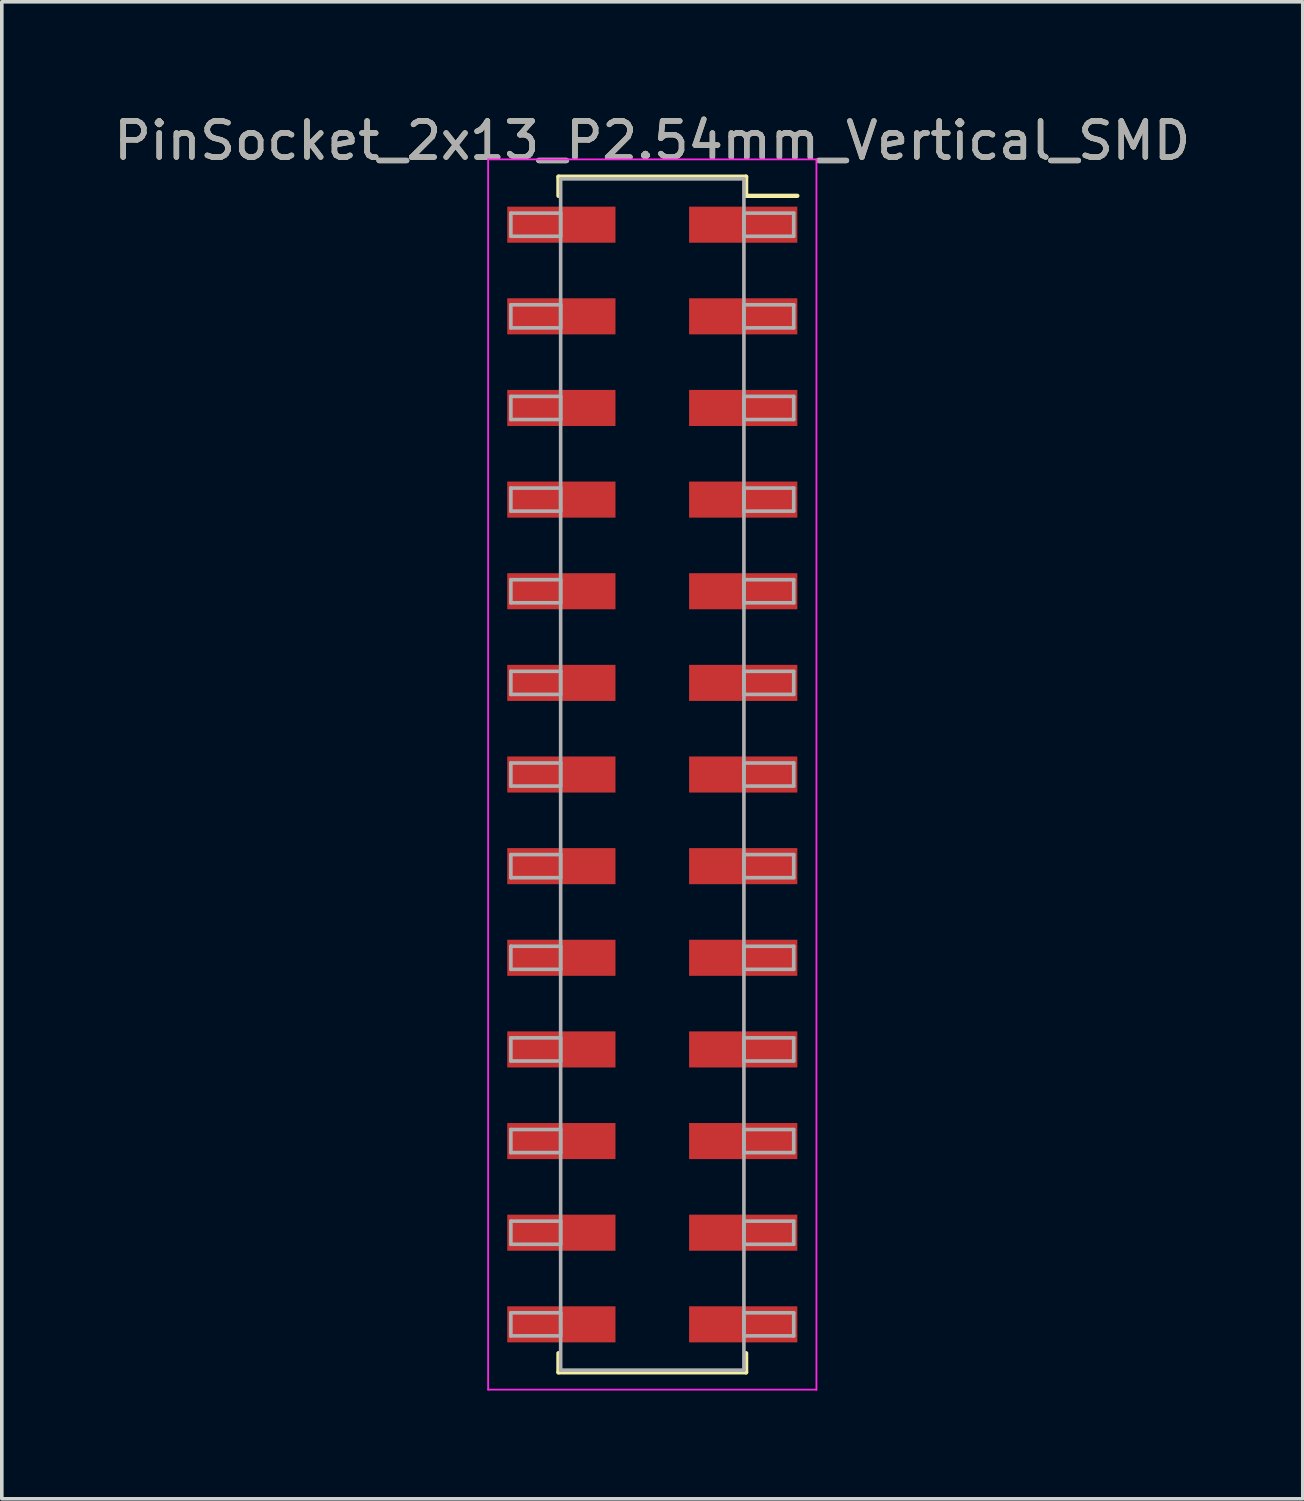
<source format=kicad_pcb>
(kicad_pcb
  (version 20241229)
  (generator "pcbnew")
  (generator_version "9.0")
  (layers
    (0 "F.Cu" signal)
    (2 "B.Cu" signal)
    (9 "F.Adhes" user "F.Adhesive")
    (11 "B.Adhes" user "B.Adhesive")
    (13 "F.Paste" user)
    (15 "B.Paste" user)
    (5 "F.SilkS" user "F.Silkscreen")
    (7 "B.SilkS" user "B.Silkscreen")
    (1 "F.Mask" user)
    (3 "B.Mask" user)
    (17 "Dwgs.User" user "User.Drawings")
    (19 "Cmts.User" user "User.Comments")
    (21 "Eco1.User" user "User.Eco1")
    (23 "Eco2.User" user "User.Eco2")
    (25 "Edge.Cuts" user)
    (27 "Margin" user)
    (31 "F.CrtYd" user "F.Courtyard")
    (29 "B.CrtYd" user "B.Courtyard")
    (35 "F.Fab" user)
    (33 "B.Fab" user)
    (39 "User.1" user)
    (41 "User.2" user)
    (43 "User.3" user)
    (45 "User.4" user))
  (footprint "PinSocket_2x13_P2.54mm_Vertical_SMD"
    (layer "F.Cu")
    (at 15.03 18.418)
    (property "Reference" "PinSocket_2x13_P2.54mm_Vertical_SMD" (at 0 -17.57 0) (layer "F.SilkS") (effects (font (size 1 1) (thickness 0.15))))
    (attr smd)
    (fp_line (start -2.6 -16.57) (end 2.6 -16.57) (stroke (width 0.12) (type solid)) (layer "F.SilkS"))
    (fp_line (start -2.6 -16.04) (end -2.6 -16.57) (stroke (width 0.12) (type solid)) (layer "F.SilkS"))
    (fp_line (start -2.6 16.04) (end -2.6 16.57) (stroke (width 0.12) (type solid)) (layer "F.SilkS"))
    (fp_line (start -2.6 16.57) (end 2.6 16.57) (stroke (width 0.12) (type solid)) (layer "F.SilkS"))
    (fp_line (start 2.6 -16.57) (end 2.6 -16.04) (stroke (width 0.12) (type solid)) (layer "F.SilkS"))
    (fp_line (start 2.6 16.57) (end 2.6 16.04) (stroke (width 0.12) (type solid)) (layer "F.SilkS"))
    (fp_line (start 4.02 -16.04) (end 2.6 -16.04) (stroke (width 0.12) (type solid)) (layer "F.SilkS"))
    (fp_line (start -4.55 -17.05) (end -4.55 17.05) (stroke (width 0.05) (type solid)) (layer "F.CrtYd"))
    (fp_line (start -4.55 17.05) (end 4.55 17.05) (stroke (width 0.05) (type solid)) (layer "F.CrtYd"))
    (fp_line (start 4.55 -17.05) (end -4.55 -17.05) (stroke (width 0.05) (type solid)) (layer "F.CrtYd"))
    (fp_line (start 4.55 17.05) (end 4.55 -17.05) (stroke (width 0.05) (type solid)) (layer "F.CrtYd"))
    (fp_line (start -3.92 -15.56) (end -2.54 -15.56) (stroke (width 0.1) (type solid)) (layer "F.Fab"))
    (fp_line (start -3.92 -14.92) (end -3.92 -15.56) (stroke (width 0.1) (type solid)) (layer "F.Fab"))
    (fp_line (start -3.92 -13.02) (end -2.54 -13.02) (stroke (width 0.1) (type solid)) (layer "F.Fab"))
    (fp_line (start -3.92 -12.38) (end -3.92 -13.02) (stroke (width 0.1) (type solid)) (layer "F.Fab"))
    (fp_line (start -3.92 -10.48) (end -2.54 -10.48) (stroke (width 0.1) (type solid)) (layer "F.Fab"))
    (fp_line (start -3.92 -9.84) (end -3.92 -10.48) (stroke (width 0.1) (type solid)) (layer "F.Fab"))
    (fp_line (start -3.92 -7.94) (end -2.54 -7.94) (stroke (width 0.1) (type solid)) (layer "F.Fab"))
    (fp_line (start -3.92 -7.3) (end -3.92 -7.94) (stroke (width 0.1) (type solid)) (layer "F.Fab"))
    (fp_line (start -3.92 -5.4) (end -2.54 -5.4) (stroke (width 0.1) (type solid)) (layer "F.Fab"))
    (fp_line (start -3.92 -4.76) (end -3.92 -5.4) (stroke (width 0.1) (type solid)) (layer "F.Fab"))
    (fp_line (start -3.92 -2.86) (end -2.54 -2.86) (stroke (width 0.1) (type solid)) (layer "F.Fab"))
    (fp_line (start -3.92 -2.22) (end -3.92 -2.86) (stroke (width 0.1) (type solid)) (layer "F.Fab"))
    (fp_line (start -3.92 -0.32) (end -2.54 -0.32) (stroke (width 0.1) (type solid)) (layer "F.Fab"))
    (fp_line (start -3.92 0.32) (end -3.92 -0.32) (stroke (width 0.1) (type solid)) (layer "F.Fab"))
    (fp_line (start -3.92 2.22) (end -2.54 2.22) (stroke (width 0.1) (type solid)) (layer "F.Fab"))
    (fp_line (start -3.92 2.86) (end -3.92 2.22) (stroke (width 0.1) (type solid)) (layer "F.Fab"))
    (fp_line (start -3.92 4.76) (end -2.54 4.76) (stroke (width 0.1) (type solid)) (layer "F.Fab"))
    (fp_line (start -3.92 5.4) (end -3.92 4.76) (stroke (width 0.1) (type solid)) (layer "F.Fab"))
    (fp_line (start -3.92 7.3) (end -2.54 7.3) (stroke (width 0.1) (type solid)) (layer "F.Fab"))
    (fp_line (start -3.92 7.94) (end -3.92 7.3) (stroke (width 0.1) (type solid)) (layer "F.Fab"))
    (fp_line (start -3.92 9.84) (end -2.54 9.84) (stroke (width 0.1) (type solid)) (layer "F.Fab"))
    (fp_line (start -3.92 10.48) (end -3.92 9.84) (stroke (width 0.1) (type solid)) (layer "F.Fab"))
    (fp_line (start -3.92 12.38) (end -2.54 12.38) (stroke (width 0.1) (type solid)) (layer "F.Fab"))
    (fp_line (start -3.92 13.02) (end -3.92 12.38) (stroke (width 0.1) (type solid)) (layer "F.Fab"))
    (fp_line (start -3.92 14.92) (end -2.54 14.92) (stroke (width 0.1) (type solid)) (layer "F.Fab"))
    (fp_line (start -3.92 15.56) (end -3.92 14.92) (stroke (width 0.1) (type solid)) (layer "F.Fab"))
    (fp_line (start -2.54 -16.51) (end -2.54 16.51) (stroke (width 0.1) (type solid)) (layer "F.Fab"))
    (fp_line (start -2.54 -15.56) (end -2.54 -14.92) (stroke (width 0.1) (type solid)) (layer "F.Fab"))
    (fp_line (start -2.54 -14.92) (end -3.92 -14.92) (stroke (width 0.1) (type solid)) (layer "F.Fab"))
    (fp_line (start -2.54 -13.02) (end -2.54 -12.38) (stroke (width 0.1) (type solid)) (layer "F.Fab"))
    (fp_line (start -2.54 -12.38) (end -3.92 -12.38) (stroke (width 0.1) (type solid)) (layer "F.Fab"))
    (fp_line (start -2.54 -10.48) (end -2.54 -9.84) (stroke (width 0.1) (type solid)) (layer "F.Fab"))
    (fp_line (start -2.54 -9.84) (end -3.92 -9.84) (stroke (width 0.1) (type solid)) (layer "F.Fab"))
    (fp_line (start -2.54 -7.94) (end -2.54 -7.3) (stroke (width 0.1) (type solid)) (layer "F.Fab"))
    (fp_line (start -2.54 -7.3) (end -3.92 -7.3) (stroke (width 0.1) (type solid)) (layer "F.Fab"))
    (fp_line (start -2.54 -5.4) (end -2.54 -4.76) (stroke (width 0.1) (type solid)) (layer "F.Fab"))
    (fp_line (start -2.54 -4.76) (end -3.92 -4.76) (stroke (width 0.1) (type solid)) (layer "F.Fab"))
    (fp_line (start -2.54 -2.86) (end -2.54 -2.22) (stroke (width 0.1) (type solid)) (layer "F.Fab"))
    (fp_line (start -2.54 -2.22) (end -3.92 -2.22) (stroke (width 0.1) (type solid)) (layer "F.Fab"))
    (fp_line (start -2.54 -0.32) (end -2.54 0.32) (stroke (width 0.1) (type solid)) (layer "F.Fab"))
    (fp_line (start -2.54 0.32) (end -3.92 0.32) (stroke (width 0.1) (type solid)) (layer "F.Fab"))
    (fp_line (start -2.54 2.22) (end -2.54 2.86) (stroke (width 0.1) (type solid)) (layer "F.Fab"))
    (fp_line (start -2.54 2.86) (end -3.92 2.86) (stroke (width 0.1) (type solid)) (layer "F.Fab"))
    (fp_line (start -2.54 4.76) (end -2.54 5.4) (stroke (width 0.1) (type solid)) (layer "F.Fab"))
    (fp_line (start -2.54 5.4) (end -3.92 5.4) (stroke (width 0.1) (type solid)) (layer "F.Fab"))
    (fp_line (start -2.54 7.3) (end -2.54 7.94) (stroke (width 0.1) (type solid)) (layer "F.Fab"))
    (fp_line (start -2.54 7.94) (end -3.92 7.94) (stroke (width 0.1) (type solid)) (layer "F.Fab"))
    (fp_line (start -2.54 9.84) (end -2.54 10.48) (stroke (width 0.1) (type solid)) (layer "F.Fab"))
    (fp_line (start -2.54 10.48) (end -3.92 10.48) (stroke (width 0.1) (type solid)) (layer "F.Fab"))
    (fp_line (start -2.54 12.38) (end -2.54 13.02) (stroke (width 0.1) (type solid)) (layer "F.Fab"))
    (fp_line (start -2.54 13.02) (end -3.92 13.02) (stroke (width 0.1) (type solid)) (layer "F.Fab"))
    (fp_line (start -2.54 14.92) (end -2.54 15.56) (stroke (width 0.1) (type solid)) (layer "F.Fab"))
    (fp_line (start -2.54 15.56) (end -3.92 15.56) (stroke (width 0.1) (type solid)) (layer "F.Fab"))
    (fp_line (start -2.54 16.51) (end 2.54 16.51) (stroke (width 0.1) (type solid)) (layer "F.Fab"))
    (fp_line (start 2.54 -16.51) (end -2.54 -16.51) (stroke (width 0.1) (type solid)) (layer "F.Fab"))
    (fp_line (start 2.54 -15.56) (end 2.54 -14.92) (stroke (width 0.1) (type solid)) (layer "F.Fab"))
    (fp_line (start 2.54 -14.92) (end 3.92 -14.92) (stroke (width 0.1) (type solid)) (layer "F.Fab"))
    (fp_line (start 2.54 -13.02) (end 2.54 -12.38) (stroke (width 0.1) (type solid)) (layer "F.Fab"))
    (fp_line (start 2.54 -12.38) (end 3.92 -12.38) (stroke (width 0.1) (type solid)) (layer "F.Fab"))
    (fp_line (start 2.54 -10.48) (end 2.54 -9.84) (stroke (width 0.1) (type solid)) (layer "F.Fab"))
    (fp_line (start 2.54 -9.84) (end 3.92 -9.84) (stroke (width 0.1) (type solid)) (layer "F.Fab"))
    (fp_line (start 2.54 -7.94) (end 2.54 -7.3) (stroke (width 0.1) (type solid)) (layer "F.Fab"))
    (fp_line (start 2.54 -7.3) (end 3.92 -7.3) (stroke (width 0.1) (type solid)) (layer "F.Fab"))
    (fp_line (start 2.54 -5.4) (end 2.54 -4.76) (stroke (width 0.1) (type solid)) (layer "F.Fab"))
    (fp_line (start 2.54 -4.76) (end 3.92 -4.76) (stroke (width 0.1) (type solid)) (layer "F.Fab"))
    (fp_line (start 2.54 -2.86) (end 2.54 -2.22) (stroke (width 0.1) (type solid)) (layer "F.Fab"))
    (fp_line (start 2.54 -2.22) (end 3.92 -2.22) (stroke (width 0.1) (type solid)) (layer "F.Fab"))
    (fp_line (start 2.54 -0.32) (end 2.54 0.32) (stroke (width 0.1) (type solid)) (layer "F.Fab"))
    (fp_line (start 2.54 0.32) (end 3.92 0.32) (stroke (width 0.1) (type solid)) (layer "F.Fab"))
    (fp_line (start 2.54 2.22) (end 2.54 2.86) (stroke (width 0.1) (type solid)) (layer "F.Fab"))
    (fp_line (start 2.54 2.86) (end 3.92 2.86) (stroke (width 0.1) (type solid)) (layer "F.Fab"))
    (fp_line (start 2.54 4.76) (end 2.54 5.4) (stroke (width 0.1) (type solid)) (layer "F.Fab"))
    (fp_line (start 2.54 5.4) (end 3.92 5.4) (stroke (width 0.1) (type solid)) (layer "F.Fab"))
    (fp_line (start 2.54 7.3) (end 2.54 7.94) (stroke (width 0.1) (type solid)) (layer "F.Fab"))
    (fp_line (start 2.54 7.94) (end 3.92 7.94) (stroke (width 0.1) (type solid)) (layer "F.Fab"))
    (fp_line (start 2.54 9.84) (end 2.54 10.48) (stroke (width 0.1) (type solid)) (layer "F.Fab"))
    (fp_line (start 2.54 10.48) (end 3.92 10.48) (stroke (width 0.1) (type solid)) (layer "F.Fab"))
    (fp_line (start 2.54 12.38) (end 2.54 13.02) (stroke (width 0.1) (type solid)) (layer "F.Fab"))
    (fp_line (start 2.54 13.02) (end 3.92 13.02) (stroke (width 0.1) (type solid)) (layer "F.Fab"))
    (fp_line (start 2.54 14.92) (end 2.54 15.56) (stroke (width 0.1) (type solid)) (layer "F.Fab"))
    (fp_line (start 2.54 15.56) (end 3.92 15.56) (stroke (width 0.1) (type solid)) (layer "F.Fab"))
    (fp_line (start 2.54 16.51) (end 2.54 -16.51) (stroke (width 0.1) (type solid)) (layer "F.Fab"))
    (fp_line (start 3.92 -15.56) (end 2.54 -15.56) (stroke (width 0.1) (type solid)) (layer "F.Fab"))
    (fp_line (start 3.92 -14.92) (end 3.92 -15.56) (stroke (width 0.1) (type solid)) (layer "F.Fab"))
    (fp_line (start 3.92 -13.02) (end 2.54 -13.02) (stroke (width 0.1) (type solid)) (layer "F.Fab"))
    (fp_line (start 3.92 -12.38) (end 3.92 -13.02) (stroke (width 0.1) (type solid)) (layer "F.Fab"))
    (fp_line (start 3.92 -10.48) (end 2.54 -10.48) (stroke (width 0.1) (type solid)) (layer "F.Fab"))
    (fp_line (start 3.92 -9.84) (end 3.92 -10.48) (stroke (width 0.1) (type solid)) (layer "F.Fab"))
    (fp_line (start 3.92 -7.94) (end 2.54 -7.94) (stroke (width 0.1) (type solid)) (layer "F.Fab"))
    (fp_line (start 3.92 -7.3) (end 3.92 -7.94) (stroke (width 0.1) (type solid)) (layer "F.Fab"))
    (fp_line (start 3.92 -5.4) (end 2.54 -5.4) (stroke (width 0.1) (type solid)) (layer "F.Fab"))
    (fp_line (start 3.92 -4.76) (end 3.92 -5.4) (stroke (width 0.1) (type solid)) (layer "F.Fab"))
    (fp_line (start 3.92 -2.86) (end 2.54 -2.86) (stroke (width 0.1) (type solid)) (layer "F.Fab"))
    (fp_line (start 3.92 -2.22) (end 3.92 -2.86) (stroke (width 0.1) (type solid)) (layer "F.Fab"))
    (fp_line (start 3.92 -0.32) (end 2.54 -0.32) (stroke (width 0.1) (type solid)) (layer "F.Fab"))
    (fp_line (start 3.92 0.32) (end 3.92 -0.32) (stroke (width 0.1) (type solid)) (layer "F.Fab"))
    (fp_line (start 3.92 2.22) (end 2.54 2.22) (stroke (width 0.1) (type solid)) (layer "F.Fab"))
    (fp_line (start 3.92 2.86) (end 3.92 2.22) (stroke (width 0.1) (type solid)) (layer "F.Fab"))
    (fp_line (start 3.92 4.76) (end 2.54 4.76) (stroke (width 0.1) (type solid)) (layer "F.Fab"))
    (fp_line (start 3.92 5.4) (end 3.92 4.76) (stroke (width 0.1) (type solid)) (layer "F.Fab"))
    (fp_line (start 3.92 7.3) (end 2.54 7.3) (stroke (width 0.1) (type solid)) (layer "F.Fab"))
    (fp_line (start 3.92 7.94) (end 3.92 7.3) (stroke (width 0.1) (type solid)) (layer "F.Fab"))
    (fp_line (start 3.92 9.84) (end 2.54 9.84) (stroke (width 0.1) (type solid)) (layer "F.Fab"))
    (fp_line (start 3.92 10.48) (end 3.92 9.84) (stroke (width 0.1) (type solid)) (layer "F.Fab"))
    (fp_line (start 3.92 12.38) (end 2.54 12.38) (stroke (width 0.1) (type solid)) (layer "F.Fab"))
    (fp_line (start 3.92 13.02) (end 3.92 12.38) (stroke (width 0.1) (type solid)) (layer "F.Fab"))
    (fp_line (start 3.92 14.92) (end 2.54 14.92) (stroke (width 0.1) (type solid)) (layer "F.Fab"))
    (fp_line (start 3.92 15.56) (end 3.92 14.92) (stroke (width 0.1) (type solid)) (layer "F.Fab"))
    (fp_text user "${REFERENCE}" (at 0 -17.57 0) (layer "F.Fab") (effects (font (size 1 1) (thickness 0.15))))
    (pad "1" smd rect (at 2.52 -15.24) (size 3 1) (layers "F.Cu" "F.Mask" "F.Paste"))
    (pad "2" smd rect (at -2.52 -15.24) (size 3 1) (layers "F.Cu" "F.Mask" "F.Paste"))
    (pad "3" smd rect (at 2.52 -12.7) (size 3 1) (layers "F.Cu" "F.Mask" "F.Paste"))
    (pad "4" smd rect (at -2.52 -12.7) (size 3 1) (layers "F.Cu" "F.Mask" "F.Paste"))
    (pad "5" smd rect (at 2.52 -10.16) (size 3 1) (layers "F.Cu" "F.Mask" "F.Paste"))
    (pad "6" smd rect (at -2.52 -10.16) (size 3 1) (layers "F.Cu" "F.Mask" "F.Paste"))
    (pad "7" smd rect (at 2.52 -7.62) (size 3 1) (layers "F.Cu" "F.Mask" "F.Paste"))
    (pad "8" smd rect (at -2.52 -7.62) (size 3 1) (layers "F.Cu" "F.Mask" "F.Paste"))
    (pad "9" smd rect (at 2.52 -5.08) (size 3 1) (layers "F.Cu" "F.Mask" "F.Paste"))
    (pad "10" smd rect (at -2.52 -5.08) (size 3 1) (layers "F.Cu" "F.Mask" "F.Paste"))
    (pad "11" smd rect (at 2.52 -2.54) (size 3 1) (layers "F.Cu" "F.Mask" "F.Paste"))
    (pad "12" smd rect (at -2.52 -2.54) (size 3 1) (layers "F.Cu" "F.Mask" "F.Paste"))
    (pad "13" smd rect (at 2.52 0) (size 3 1) (layers "F.Cu" "F.Mask" "F.Paste"))
    (pad "14" smd rect (at -2.52 0) (size 3 1) (layers "F.Cu" "F.Mask" "F.Paste"))
    (pad "15" smd rect (at 2.52 2.54) (size 3 1) (layers "F.Cu" "F.Mask" "F.Paste"))
    (pad "16" smd rect (at -2.52 2.54) (size 3 1) (layers "F.Cu" "F.Mask" "F.Paste"))
    (pad "17" smd rect (at 2.52 5.08) (size 3 1) (layers "F.Cu" "F.Mask" "F.Paste"))
    (pad "18" smd rect (at -2.52 5.08) (size 3 1) (layers "F.Cu" "F.Mask" "F.Paste"))
    (pad "19" smd rect (at 2.52 7.62) (size 3 1) (layers "F.Cu" "F.Mask" "F.Paste"))
    (pad "20" smd rect (at -2.52 7.62) (size 3 1) (layers "F.Cu" "F.Mask" "F.Paste"))
    (pad "21" smd rect (at 2.52 10.16) (size 3 1) (layers "F.Cu" "F.Mask" "F.Paste"))
    (pad "22" smd rect (at -2.52 10.16) (size 3 1) (layers "F.Cu" "F.Mask" "F.Paste"))
    (pad "23" smd rect (at 2.52 12.7) (size 3 1) (layers "F.Cu" "F.Mask" "F.Paste"))
    (pad "24" smd rect (at -2.52 12.7) (size 3 1) (layers "F.Cu" "F.Mask" "F.Paste"))
    (pad "25" smd rect (at 2.52 15.24) (size 3 1) (layers "F.Cu" "F.Mask" "F.Paste"))
    (pad "26" smd rect (at -2.52 15.24) (size 3 1) (layers "F.Cu" "F.Mask" "F.Paste")))
  (gr_rect
    (start -3 -3)
    (end 33.06 38.493)
    (stroke (width 0.1) (type default))
    (fill no)
    (layer "Edge.Cuts")))
</source>
